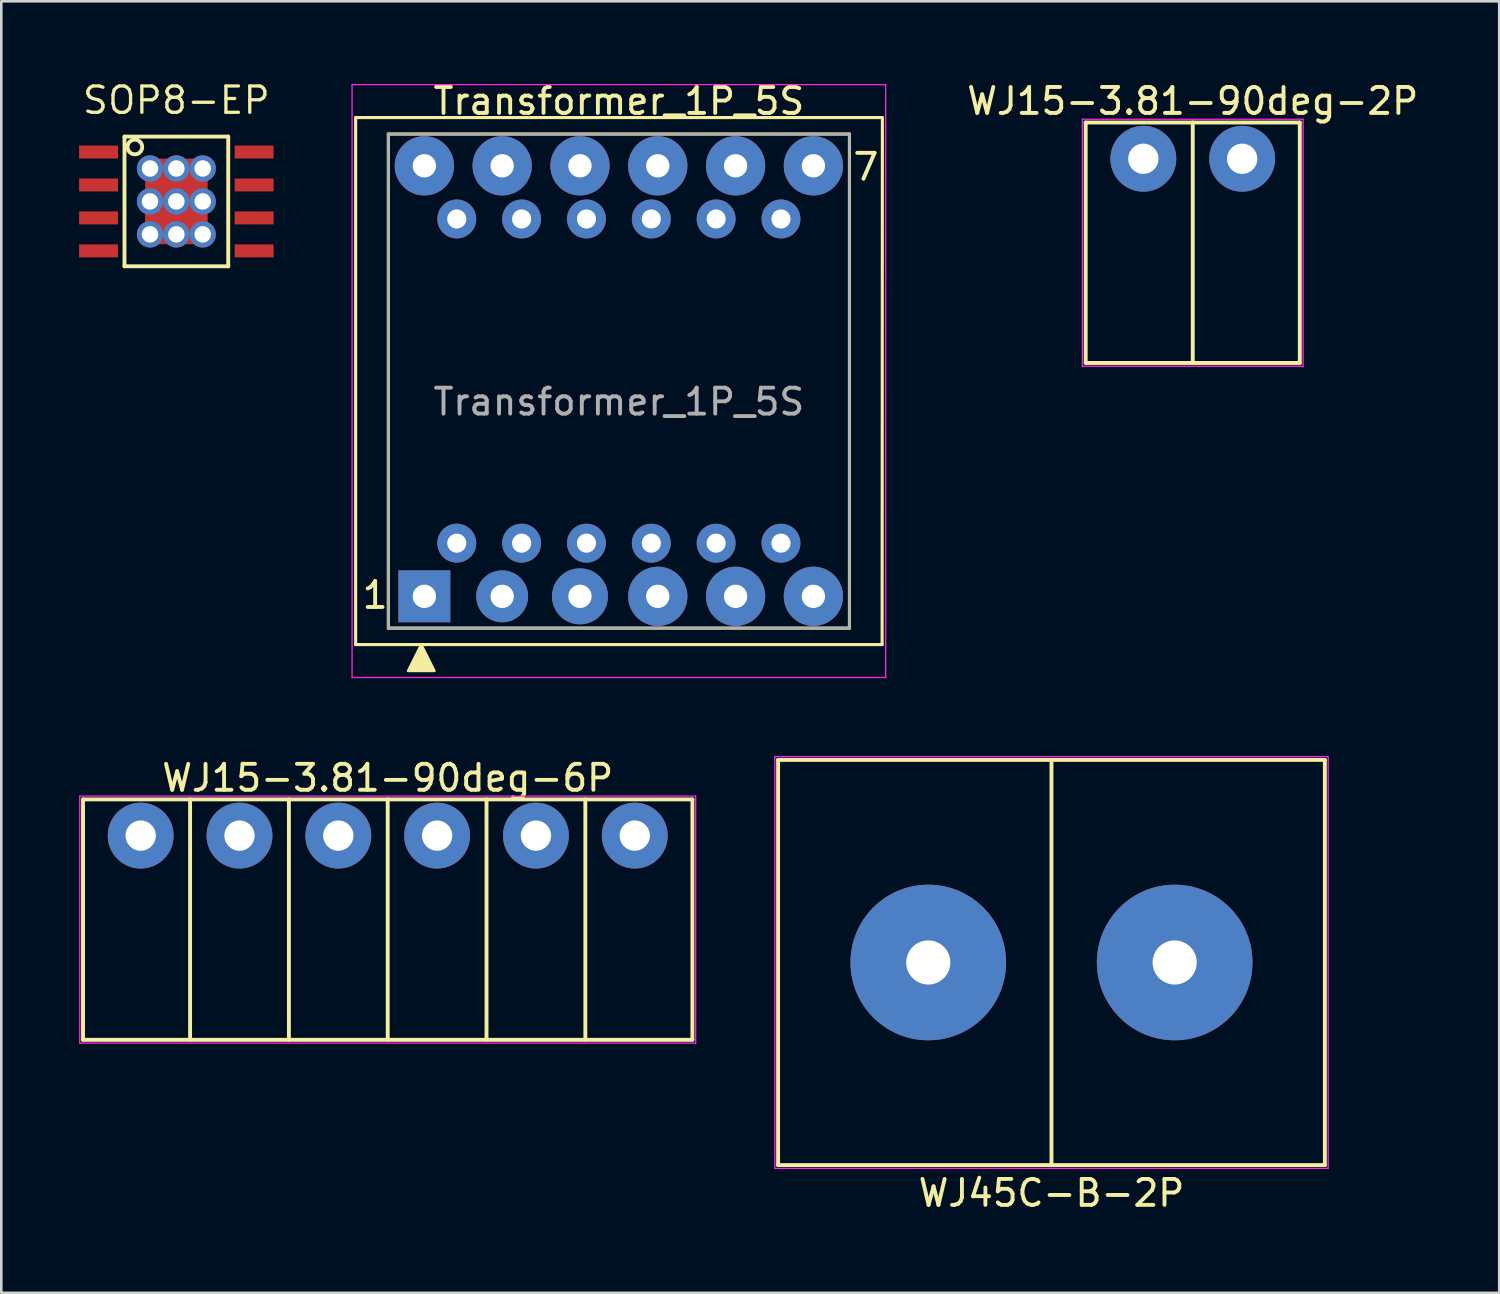
<source format=kicad_pcb>
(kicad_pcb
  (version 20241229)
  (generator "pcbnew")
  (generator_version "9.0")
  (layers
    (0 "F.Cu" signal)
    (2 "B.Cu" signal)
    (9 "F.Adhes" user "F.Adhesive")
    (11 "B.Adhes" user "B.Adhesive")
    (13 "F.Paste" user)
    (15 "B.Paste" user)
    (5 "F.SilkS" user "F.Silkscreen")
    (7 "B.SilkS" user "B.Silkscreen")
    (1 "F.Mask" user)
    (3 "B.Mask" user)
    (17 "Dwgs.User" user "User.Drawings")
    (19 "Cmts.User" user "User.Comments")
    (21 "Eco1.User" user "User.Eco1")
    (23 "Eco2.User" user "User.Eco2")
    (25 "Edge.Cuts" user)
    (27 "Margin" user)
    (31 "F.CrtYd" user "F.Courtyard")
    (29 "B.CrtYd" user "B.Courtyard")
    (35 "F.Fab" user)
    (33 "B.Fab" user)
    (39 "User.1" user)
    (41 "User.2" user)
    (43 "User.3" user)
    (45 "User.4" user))
  (footprint "WJ15-3.81-90deg-2P"
    (layer "F.Cu")
    (at 42.939 3.071)
    (property "Reference" "WJ15-3.81-90deg-2P" (at 0 -2.223 0) (layer "F.SilkS") (effects (font (size 1 1) (thickness 0.15))))
    (attr through_hole)
    (fp_line (start -4.128 -1.397) (end 4.128 -1.397) (stroke (width 0.15) (type solid)) (layer "F.SilkS"))
    (fp_line (start -4.128 7.874) (end -4.128 -1.397) (stroke (width 0.15) (type solid)) (layer "F.SilkS"))
    (fp_line (start 0 -1.397) (end 0 7.874) (stroke (width 0.15) (type solid)) (layer "F.SilkS"))
    (fp_line (start 4.128 -1.397) (end 4.128 7.874) (stroke (width 0.15) (type solid)) (layer "F.SilkS"))
    (fp_line (start 4.128 7.874) (end -4.128 7.874) (stroke (width 0.15) (type solid)) (layer "F.SilkS"))
    (fp_line (start -4.255 -1.524) (end 4.255 -1.524) (stroke (width 0.05) (type solid)) (layer "F.CrtYd"))
    (fp_line (start -4.255 8.001) (end -4.255 -1.524) (stroke (width 0.05) (type solid)) (layer "F.CrtYd"))
    (fp_line (start 4.255 -1.524) (end 4.255 8.001) (stroke (width 0.05) (type solid)) (layer "F.CrtYd"))
    (fp_line (start 4.255 8.001) (end -4.255 8.001) (stroke (width 0.05) (type solid)) (layer "F.CrtYd"))
    (pad "1" thru_hole circle (at -1.905 0) (size 2.54 2.54) (drill 1.168) (layers "*.Cu" "*.Mask"))
    (pad "2" thru_hole circle (at 1.905 0) (size 2.54 2.54) (drill 1.168) (layers "*.Cu" "*.Mask")))
  (footprint "SOP8-EP"
    (layer "F.Cu")
    (at 3.75 4.717)
    (property "Reference" "SOP8-EP" (at 0 -3.9 0) (layer "F.SilkS") (effects (font (size 1.016 1.016) (thickness 0.127))))
    (attr smd)
    (fp_line (start -2 -2.5) (end 2 -2.5) (stroke (width 0.15) (type solid)) (layer "F.SilkS"))
    (fp_line (start -2 2.5) (end -2 -2.5) (stroke (width 0.15) (type solid)) (layer "F.SilkS"))
    (fp_line (start 2 -2.5) (end 2 2.5) (stroke (width 0.15) (type solid)) (layer "F.SilkS"))
    (fp_line (start 2 2.5) (end -2 2.5) (stroke (width 0.15) (type solid)) (layer "F.SilkS"))
    (fp_circle (center -1.6 -2.1) (end -1.4 -1.9) (stroke (width 0.15) (type solid)) (fill no) (layer "F.SilkS"))
    (pad "1" smd rect (at -3 -1.905) (size 1.5 0.5) (layers "F.Cu" "F.Mask" "F.Paste"))
    (pad "2" smd rect (at -3 -0.635) (size 1.5 0.5) (layers "F.Cu" "F.Mask" "F.Paste"))
    (pad "3" smd rect (at -3 0.635) (size 1.5 0.5) (layers "F.Cu" "F.Mask" "F.Paste"))
    (pad "4" smd rect (at -3 1.905) (size 1.5 0.5) (layers "F.Cu" "F.Mask" "F.Paste"))
    (pad "4" thru_hole circle (at -1.016 -1.27) (size 1.016 1.016) (drill 0.635) (layers "*.Cu" "*.Mask"))
    (pad "4" thru_hole circle (at -1.016 0) (size 1.016 1.016) (drill 0.635) (layers "*.Cu" "*.Mask"))
    (pad "4" thru_hole circle (at -1.016 1.27) (size 1.016 1.016) (drill 0.635) (layers "*.Cu" "*.Mask"))
    (pad "4" thru_hole circle (at 0 -1.27) (size 1.016 1.016) (drill 0.635) (layers "*.Cu" "*.Mask"))
    (pad "4" thru_hole circle (at 0 0) (size 1.016 1.016) (drill 0.635) (layers "*.Cu" "*.Mask"))
    (pad "4" smd rect (at 0 0) (size 2.413 3.302) (layers "F.Cu" "F.Mask" "F.Paste"))
    (pad "4" thru_hole circle (at 0 1.27) (size 1.016 1.016) (drill 0.635) (layers "*.Cu" "*.Mask"))
    (pad "4" thru_hole circle (at 1.016 -1.27) (size 1.016 1.016) (drill 0.635) (layers "*.Cu" "*.Mask"))
    (pad "4" thru_hole circle (at 1.016 0) (size 1.016 1.016) (drill 0.635) (layers "*.Cu" "*.Mask"))
    (pad "4" thru_hole circle (at 1.016 1.27) (size 1.016 1.016) (drill 0.635) (layers "*.Cu" "*.Mask"))
    (pad "5" smd rect (at 3 1.905) (size 1.5 0.5) (layers "F.Cu" "F.Mask" "F.Paste"))
    (pad "6" smd rect (at 3 0.635) (size 1.5 0.5) (layers "F.Cu" "F.Mask" "F.Paste"))
    (pad "7" smd rect (at 3 -0.635) (size 1.5 0.5) (layers "F.Cu" "F.Mask" "F.Paste"))
    (pad "8" smd rect (at 3 -1.905) (size 1.5 0.5) (layers "F.Cu" "F.Mask" "F.Paste")))
  (footprint "WJ45C-B-2P"
    (layer "F.Cu")
    (at 37.492 34.061)
    (property "Reference" "WJ45C-B-2P" (at 0 8.89 0) (layer "F.SilkS") (effects (font (size 1 1) (thickness 0.15))))
    (attr through_hole)
    (fp_line (start -10.541 -7.811) (end 10.541 -7.811) (stroke (width 0.15) (type solid)) (layer "F.SilkS"))
    (fp_line (start -10.541 7.811) (end -10.541 -7.811) (stroke (width 0.15) (type solid)) (layer "F.SilkS"))
    (fp_line (start 0 -7.811) (end 0 7.811) (stroke (width 0.15) (type solid)) (layer "F.SilkS"))
    (fp_line (start 10.541 -7.811) (end 10.541 7.811) (stroke (width 0.15) (type solid)) (layer "F.SilkS"))
    (fp_line (start 10.541 7.811) (end -10.541 7.811) (stroke (width 0.15) (type solid)) (layer "F.SilkS"))
    (fp_line (start -10.668 -7.938) (end 10.668 -7.938) (stroke (width 0.051) (type solid)) (layer "F.CrtYd"))
    (fp_line (start -10.668 7.938) (end -10.668 -7.938) (stroke (width 0.05) (type solid)) (layer "F.CrtYd"))
    (fp_line (start 10.668 -7.938) (end 10.668 7.938) (stroke (width 0.05) (type solid)) (layer "F.CrtYd"))
    (fp_line (start 10.668 7.938) (end -10.668 7.938) (stroke (width 0.051) (type solid)) (layer "F.CrtYd"))
    (pad "1" thru_hole circle (at -4.75 0) (size 6 6) (drill 1.702) (layers "*.Cu" "*.Mask"))
    (pad "2" thru_hole circle (at 4.75 0) (size 6 6) (drill 1.702) (layers "*.Cu" "*.Mask")))
  (footprint "WJ15-3.81-90deg-6P"
    (layer "F.Cu")
    (at 11.899 29.169)
    (property "Reference" "WJ15-3.81-90deg-6P" (at 0 -2.223 0) (layer "F.SilkS") (effects (font (size 1 1) (thickness 0.15))))
    (attr through_hole)
    (fp_line (start -11.748 -1.397) (end 11.748 -1.397) (stroke (width 0.15) (type solid)) (layer "F.SilkS"))
    (fp_line (start -11.748 7.874) (end -11.748 -1.397) (stroke (width 0.15) (type solid)) (layer "F.SilkS"))
    (fp_line (start -7.62 -1.397) (end -7.62 7.874) (stroke (width 0.15) (type solid)) (layer "F.SilkS"))
    (fp_line (start -3.81 -1.397) (end -3.81 7.874) (stroke (width 0.15) (type solid)) (layer "F.SilkS"))
    (fp_line (start 0 -1.397) (end 0 7.874) (stroke (width 0.15) (type solid)) (layer "F.SilkS"))
    (fp_line (start 3.81 -1.397) (end 3.81 7.874) (stroke (width 0.15) (type solid)) (layer "F.SilkS"))
    (fp_line (start 7.62 -1.397) (end 7.62 7.874) (stroke (width 0.15) (type solid)) (layer "F.SilkS"))
    (fp_line (start 11.748 -1.397) (end 11.748 7.874) (stroke (width 0.15) (type solid)) (layer "F.SilkS"))
    (fp_line (start 11.748 7.874) (end -11.748 7.874) (stroke (width 0.15) (type solid)) (layer "F.SilkS"))
    (fp_line (start -11.874 -1.524) (end 11.874 -1.524) (stroke (width 0.05) (type solid)) (layer "F.CrtYd"))
    (fp_line (start -11.874 8.001) (end -11.874 -1.524) (stroke (width 0.05) (type solid)) (layer "F.CrtYd"))
    (fp_line (start 11.874 -1.524) (end 11.874 8.001) (stroke (width 0.05) (type solid)) (layer "F.CrtYd"))
    (fp_line (start 11.874 8.001) (end -11.874 8.001) (stroke (width 0.05) (type solid)) (layer "F.CrtYd"))
    (pad "1" thru_hole circle (at -9.525 0) (size 2.54 2.54) (drill 1.168) (layers "*.Cu" "*.Mask"))
    (pad "2" thru_hole circle (at -5.715 0) (size 2.54 2.54) (drill 1.168) (layers "*.Cu" "*.Mask"))
    (pad "3" thru_hole circle (at -1.905 0) (size 2.54 2.54) (drill 1.168) (layers "*.Cu" "*.Mask"))
    (pad "4" thru_hole circle (at 1.905 0) (size 2.54 2.54) (drill 1.168) (layers "*.Cu" "*.Mask"))
    (pad "5" thru_hole circle (at 5.715 0) (size 2.54 2.54) (drill 1.168) (layers "*.Cu" "*.Mask"))
    (pad "6" thru_hole circle (at 9.525 0) (size 2.54 2.54) (drill 1.168) (layers "*.Cu" "*.Mask")))
  (footprint "Transformer_1P_5S"
    (layer "F.Cu")
    (at 20.812 11.643)
    (property "Reference" "Transformer_1P_5S" (at 0 -10.795 0) (layer "F.SilkS") (effects (font (size 1 1) (thickness 0.15))))
    (attr through_hole)
    (fp_line (start -10.15 -10.16) (end -10.15 10.16) (stroke (width 0.12) (type solid)) (layer "F.SilkS"))
    (fp_line (start -10.15 -10.16) (end 10.15 -10.16) (stroke (width 0.12) (type solid)) (layer "F.SilkS"))
    (fp_line (start -8.89 -9.525) (end 8.89 -9.525) (stroke (width 0.12) (type solid)) (layer "F.SilkS"))
    (fp_line (start -8.89 9.525) (end -8.89 -9.525) (stroke (width 0.12) (type solid)) (layer "F.SilkS"))
    (fp_line (start -8.89 9.525) (end 8.89 9.525) (stroke (width 0.12) (type solid)) (layer "F.SilkS"))
    (fp_line (start 8.89 9.525) (end 8.89 -9.525) (stroke (width 0.12) (type solid)) (layer "F.SilkS"))
    (fp_line (start 10.15 10.16) (end -10.15 10.16) (stroke (width 0.12) (type solid)) (layer "F.SilkS"))
    (fp_line (start 10.15 10.16) (end 10.16 -10.16) (stroke (width 0.12) (type solid)) (layer "F.SilkS"))
    (fp_poly (pts (xy -7.62 10.16) (xy -8.128 11.176) (xy -7.112 11.176)) (stroke (width 0.1) (type solid)) (fill yes) (layer "F.SilkS"))
    (fp_line (start -10.287 -11.43) (end -10.287 11.43) (stroke (width 0.05) (type solid)) (layer "F.CrtYd"))
    (fp_line (start -10.287 -11.43) (end 10.287 -11.43) (stroke (width 0.05) (type solid)) (layer "F.CrtYd"))
    (fp_line (start 10.287 11.43) (end -10.287 11.43) (stroke (width 0.05) (type solid)) (layer "F.CrtYd"))
    (fp_line (start 10.287 11.43) (end 10.287 -11.43) (stroke (width 0.05) (type solid)) (layer "F.CrtYd"))
    (fp_line (start -8.89 -9.525) (end 8.89 -9.525) (stroke (width 0.1) (type solid)) (layer "F.Fab"))
    (fp_line (start -8.89 9.525) (end -8.89 -9.525) (stroke (width 0.1) (type solid)) (layer "F.Fab"))
    (fp_line (start 8.89 -9.525) (end 8.89 9.525) (stroke (width 0.1) (type solid)) (layer "F.Fab"))
    (fp_line (start 8.89 9.525) (end -8.89 9.525) (stroke (width 0.1) (type solid)) (layer "F.Fab"))
    (fp_text user "7" (at 9.525 -8.255 0) (layer "F.SilkS") (effects (font (size 1 1) (thickness 0.15))))
    (fp_text user "1" (at -9.398 8.255 0) (layer "F.SilkS") (effects (font (size 1 1) (thickness 0.15))))
    (fp_text user "${REFERENCE}" (at 0 0.8 0) (layer "F.Fab") (effects (font (size 1 1) (thickness 0.15))))
    (pad "1" thru_hole rect (at -7.5 8.3) (size 2 2) (drill 0.9) (layers "*.Cu" "*.Mask"))
    (pad "1" thru_hole circle (at -6.25 6.25) (size 1.5 1.5) (drill 0.737) (layers "*.Cu" "*.Mask"))
    (pad "2" thru_hole circle (at -4.5 8.3) (size 2 2) (drill 0.9) (layers "*.Cu" "*.Mask"))
    (pad "2" thru_hole circle (at -3.75 6.25) (size 1.5 1.5) (drill 0.737) (layers "*.Cu" "*.Mask"))
    (pad "3" thru_hole circle (at -1.5 8.3) (size 2.159 2.159) (drill 0.9) (layers "*.Cu" "*.Mask"))
    (pad "3" thru_hole circle (at -1.25 6.25) (size 1.5 1.5) (drill 0.737) (layers "*.Cu" "*.Mask"))
    (pad "4" thru_hole circle (at 1.25 6.25) (size 1.5 1.5) (drill 0.737) (layers "*.Cu" "*.Mask"))
    (pad "4" thru_hole circle (at 1.5 8.3) (size 2.286 2.286) (drill 0.9) (layers "*.Cu" "*.Mask"))
    (pad "5" thru_hole circle (at 3.75 6.25) (size 1.5 1.5) (drill 0.737) (layers "*.Cu" "*.Mask"))
    (pad "5" thru_hole circle (at 4.5 8.3) (size 2.286 2.286) (drill 0.9) (layers "*.Cu" "*.Mask"))
    (pad "6" thru_hole circle (at 6.25 6.25) (size 1.5 1.5) (drill 0.737) (layers "*.Cu" "*.Mask"))
    (pad "6" thru_hole circle (at 7.5 8.3) (size 2.286 2.286) (drill 0.9) (layers "*.Cu" "*.Mask"))
    (pad "7" thru_hole circle (at 6.25 -6.25) (size 1.5 1.5) (drill 0.737) (layers "*.Cu" "*.Mask"))
    (pad "7" thru_hole circle (at 7.5 -8.3) (size 2.286 2.286) (drill 0.9) (layers "*.Cu" "*.Mask"))
    (pad "8" thru_hole circle (at 3.75 -6.25) (size 1.5 1.5) (drill 0.737) (layers "*.Cu" "*.Mask"))
    (pad "8" thru_hole circle (at 4.5 -8.3) (size 2.286 2.286) (drill 0.9) (layers "*.Cu" "*.Mask"))
    (pad "9" thru_hole circle (at 1.25 -6.25) (size 1.5 1.5) (drill 0.737) (layers "*.Cu" "*.Mask"))
    (pad "9" thru_hole circle (at 1.5 -8.3) (size 2.286 2.286) (drill 0.9) (layers "*.Cu" "*.Mask"))
    (pad "10" thru_hole circle (at -1.5 -8.3) (size 2.286 2.286) (drill 0.9) (layers "*.Cu" "*.Mask"))
    (pad "10" thru_hole circle (at -1.25 -6.25) (size 1.5 1.5) (drill 0.737) (layers "*.Cu" "*.Mask"))
    (pad "11" thru_hole circle (at -4.5 -8.3) (size 2.286 2.286) (drill 0.9) (layers "*.Cu" "*.Mask"))
    (pad "11" thru_hole circle (at -3.75 -6.25) (size 1.5 1.5) (drill 0.737) (layers "*.Cu" "*.Mask"))
    (pad "12" thru_hole circle (at -7.5 -8.3) (size 2.286 2.286) (drill 0.9) (layers "*.Cu" "*.Mask"))
    (pad "12" thru_hole circle (at -6.25 -6.25) (size 1.5 1.5) (drill 0.737) (layers "*.Cu" "*.Mask")))
  (gr_rect
    (start -3 -3)
    (end 54.755 46.799)
    (stroke (width 0.1) (type default))
    (fill no)
    (layer "Edge.Cuts")))
</source>
